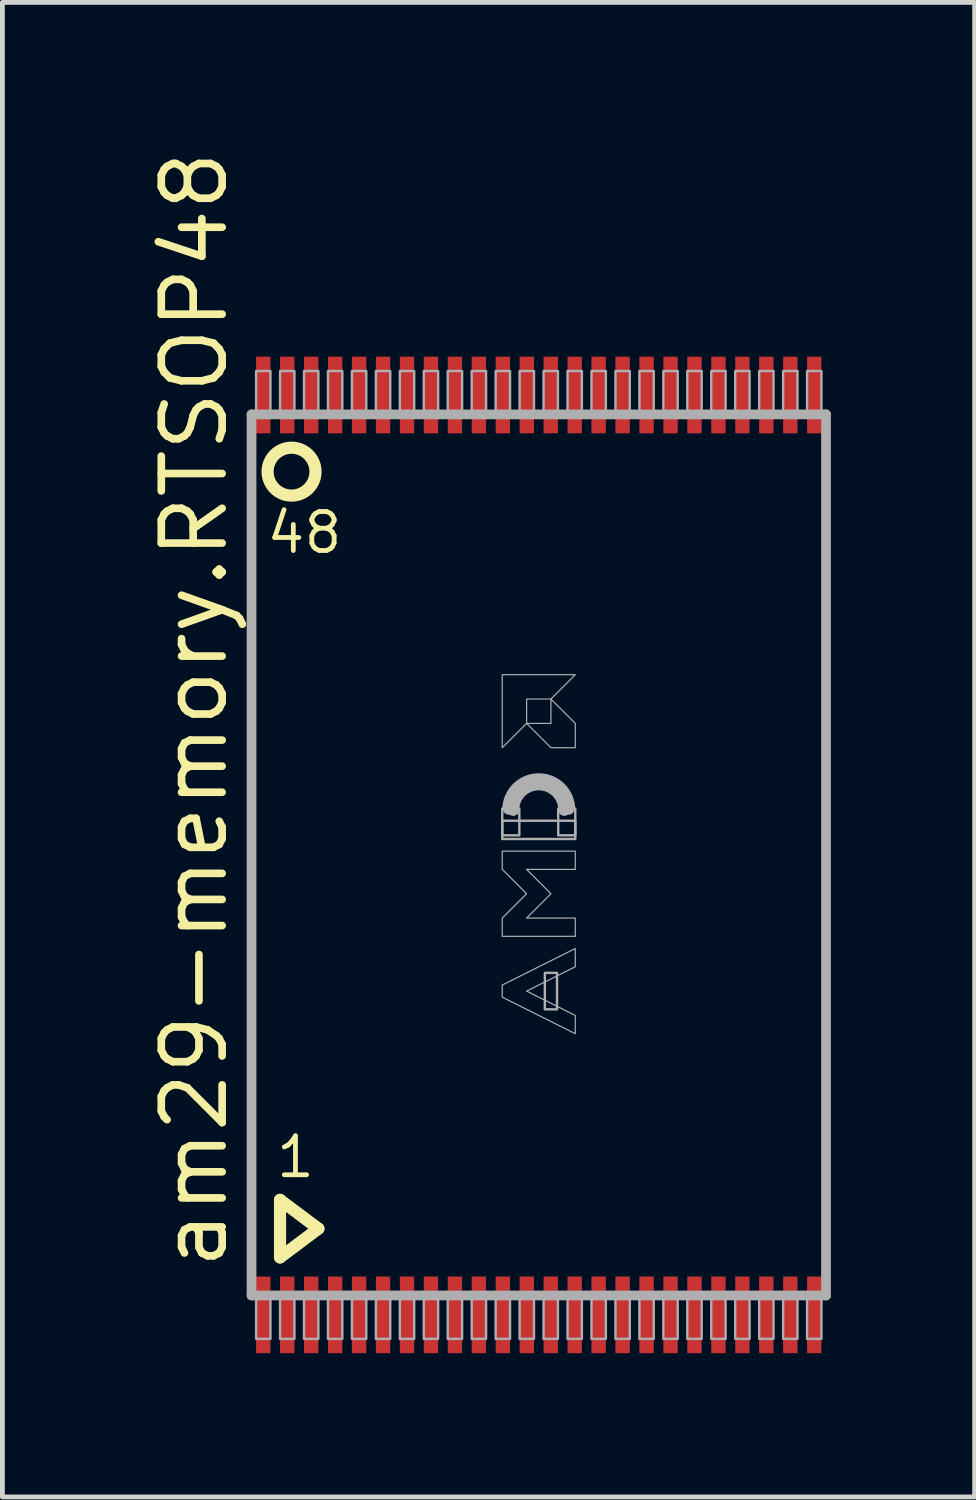
<source format=kicad_pcb>
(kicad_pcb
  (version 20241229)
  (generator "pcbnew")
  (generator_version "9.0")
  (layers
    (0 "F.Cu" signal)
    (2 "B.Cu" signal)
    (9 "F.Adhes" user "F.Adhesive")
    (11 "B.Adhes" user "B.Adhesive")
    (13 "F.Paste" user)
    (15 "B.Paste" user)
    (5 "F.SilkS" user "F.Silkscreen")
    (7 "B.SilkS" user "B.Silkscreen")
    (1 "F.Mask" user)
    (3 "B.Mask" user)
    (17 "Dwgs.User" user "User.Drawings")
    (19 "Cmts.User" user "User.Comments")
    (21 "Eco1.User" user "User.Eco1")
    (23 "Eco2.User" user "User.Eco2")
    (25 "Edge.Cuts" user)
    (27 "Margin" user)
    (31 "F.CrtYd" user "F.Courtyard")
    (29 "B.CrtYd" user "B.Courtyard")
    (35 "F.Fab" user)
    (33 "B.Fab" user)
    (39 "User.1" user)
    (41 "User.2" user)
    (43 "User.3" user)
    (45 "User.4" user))
  (footprint "am29-memory.RTSOP48"
    (layer "F.Cu")
    (at 8.195 14.794)
    (property "Reference" "am29-memory.RTSOP48" (at -6.445 8.715 90) (layer "F.SilkS") (effects (font (size 1.27 1.27) (thickness 0.16)) (justify left bottom)))
    (attr smd)
    (fp_line (start -5.4 7.2) (end -4.6 7.8) (stroke (width 0.254) (type default)) (layer "F.SilkS"))
    (fp_line (start -5.4 8.4) (end -5.4 7.2) (stroke (width 0.254) (type default)) (layer "F.SilkS"))
    (fp_line (start -4.6 7.8) (end -5.4 8.4) (stroke (width 0.254) (type default)) (layer "F.SilkS"))
    (fp_circle (center -5.16 -8) (end -4.66 -8) (stroke (width 0.254) (type default)) (fill no) (layer "F.SilkS"))
    (fp_line (start -5.995 -9.195) (end 5.995 -9.195) (stroke (width 0.203) (type default)) (layer "F.Fab"))
    (fp_line (start -5.995 9.195) (end -5.995 -9.195) (stroke (width 0.203) (type default)) (layer "F.Fab"))
    (fp_line (start 5.995 -9.195) (end 5.995 9.195) (stroke (width 0.203) (type default)) (layer "F.Fab"))
    (fp_line (start 5.995 9.195) (end -5.995 9.195) (stroke (width 0.203) (type default)) (layer "F.Fab"))
    (fp_rect (start -5.9 -9.25) (end -5.6 -10.1) (stroke (width 0.05) (type default)) (fill no) (layer "F.Fab"))
    (fp_rect (start -5.9 10.1) (end -5.6 9.25) (stroke (width 0.05) (type default)) (fill no) (layer "F.Fab"))
    (fp_rect (start -5.4 -9.25) (end -5.1 -10.1) (stroke (width 0.05) (type default)) (fill no) (layer "F.Fab"))
    (fp_rect (start -5.4 10.1) (end -5.1 9.25) (stroke (width 0.05) (type default)) (fill no) (layer "F.Fab"))
    (fp_rect (start -4.9 -9.25) (end -4.6 -10.1) (stroke (width 0.05) (type default)) (fill no) (layer "F.Fab"))
    (fp_rect (start -4.9 10.1) (end -4.6 9.25) (stroke (width 0.05) (type default)) (fill no) (layer "F.Fab"))
    (fp_rect (start -4.4 -9.25) (end -4.1 -10.1) (stroke (width 0.05) (type default)) (fill no) (layer "F.Fab"))
    (fp_rect (start -4.4 10.1) (end -4.1 9.25) (stroke (width 0.05) (type default)) (fill no) (layer "F.Fab"))
    (fp_rect (start -3.9 -9.25) (end -3.6 -10.1) (stroke (width 0.05) (type default)) (fill no) (layer "F.Fab"))
    (fp_rect (start -3.9 10.1) (end -3.6 9.25) (stroke (width 0.05) (type default)) (fill no) (layer "F.Fab"))
    (fp_rect (start -3.4 -9.25) (end -3.1 -10.1) (stroke (width 0.05) (type default)) (fill no) (layer "F.Fab"))
    (fp_rect (start -3.4 10.1) (end -3.1 9.25) (stroke (width 0.05) (type default)) (fill no) (layer "F.Fab"))
    (fp_rect (start -2.9 -9.25) (end -2.6 -10.1) (stroke (width 0.05) (type default)) (fill no) (layer "F.Fab"))
    (fp_rect (start -2.9 10.1) (end -2.6 9.25) (stroke (width 0.05) (type default)) (fill no) (layer "F.Fab"))
    (fp_rect (start -2.4 -9.25) (end -2.1 -10.1) (stroke (width 0.05) (type default)) (fill no) (layer "F.Fab"))
    (fp_rect (start -2.4 10.1) (end -2.1 9.25) (stroke (width 0.05) (type default)) (fill no) (layer "F.Fab"))
    (fp_rect (start -1.9 -9.25) (end -1.6 -10.1) (stroke (width 0.05) (type default)) (fill no) (layer "F.Fab"))
    (fp_rect (start -1.9 10.1) (end -1.6 9.25) (stroke (width 0.05) (type default)) (fill no) (layer "F.Fab"))
    (fp_rect (start -1.4 -9.25) (end -1.1 -10.1) (stroke (width 0.05) (type default)) (fill no) (layer "F.Fab"))
    (fp_rect (start -1.4 10.1) (end -1.1 9.25) (stroke (width 0.05) (type default)) (fill no) (layer "F.Fab"))
    (fp_rect (start -0.9 -9.25) (end -0.6 -10.1) (stroke (width 0.05) (type default)) (fill no) (layer "F.Fab"))
    (fp_rect (start -0.9 10.1) (end -0.6 9.25) (stroke (width 0.05) (type default)) (fill no) (layer "F.Fab"))
    (fp_rect (start -0.762 -0.409) (end -0.406 -0.968) (stroke (width 0.05) (type default)) (fill no) (layer "F.Fab"))
    (fp_rect (start -0.762 -0.333) (end 0.762 -0.714) (stroke (width 0.05) (type default)) (fill no) (layer "F.Fab"))
    (fp_rect (start -0.4 -9.25) (end -0.1 -10.1) (stroke (width 0.05) (type default)) (fill no) (layer "F.Fab"))
    (fp_rect (start -0.4 10.1) (end -0.1 9.25) (stroke (width 0.05) (type default)) (fill no) (layer "F.Fab"))
    (fp_rect (start 0.1 -9.25) (end 0.4 -10.1) (stroke (width 0.05) (type default)) (fill no) (layer "F.Fab"))
    (fp_rect (start 0.1 10.1) (end 0.4 9.25) (stroke (width 0.05) (type default)) (fill no) (layer "F.Fab"))
    (fp_rect (start 0.127 3.223) (end 0.381 2.461) (stroke (width 0.05) (type default)) (fill no) (layer "F.Fab"))
    (fp_rect (start 0.406 -0.409) (end 0.762 -0.968) (stroke (width 0.05) (type default)) (fill no) (layer "F.Fab"))
    (fp_rect (start 0.6 -9.25) (end 0.9 -10.1) (stroke (width 0.05) (type default)) (fill no) (layer "F.Fab"))
    (fp_rect (start 0.6 10.1) (end 0.9 9.25) (stroke (width 0.05) (type default)) (fill no) (layer "F.Fab"))
    (fp_rect (start 1.1 -9.25) (end 1.4 -10.1) (stroke (width 0.05) (type default)) (fill no) (layer "F.Fab"))
    (fp_rect (start 1.1 10.1) (end 1.4 9.25) (stroke (width 0.05) (type default)) (fill no) (layer "F.Fab"))
    (fp_rect (start 1.6 -9.25) (end 1.9 -10.1) (stroke (width 0.05) (type default)) (fill no) (layer "F.Fab"))
    (fp_rect (start 1.6 10.1) (end 1.9 9.25) (stroke (width 0.05) (type default)) (fill no) (layer "F.Fab"))
    (fp_rect (start 2.1 -9.25) (end 2.4 -10.1) (stroke (width 0.05) (type default)) (fill no) (layer "F.Fab"))
    (fp_rect (start 2.1 10.1) (end 2.4 9.25) (stroke (width 0.05) (type default)) (fill no) (layer "F.Fab"))
    (fp_rect (start 2.6 -9.25) (end 2.9 -10.1) (stroke (width 0.05) (type default)) (fill no) (layer "F.Fab"))
    (fp_rect (start 2.6 10.1) (end 2.9 9.25) (stroke (width 0.05) (type default)) (fill no) (layer "F.Fab"))
    (fp_rect (start 3.1 -9.25) (end 3.4 -10.1) (stroke (width 0.05) (type default)) (fill no) (layer "F.Fab"))
    (fp_rect (start 3.1 10.1) (end 3.4 9.25) (stroke (width 0.05) (type default)) (fill no) (layer "F.Fab"))
    (fp_rect (start 3.6 -9.25) (end 3.9 -10.1) (stroke (width 0.05) (type default)) (fill no) (layer "F.Fab"))
    (fp_rect (start 3.6 10.1) (end 3.9 9.25) (stroke (width 0.05) (type default)) (fill no) (layer "F.Fab"))
    (fp_rect (start 4.1 -9.25) (end 4.4 -10.1) (stroke (width 0.05) (type default)) (fill no) (layer "F.Fab"))
    (fp_rect (start 4.1 10.1) (end 4.4 9.25) (stroke (width 0.05) (type default)) (fill no) (layer "F.Fab"))
    (fp_rect (start 4.6 -9.25) (end 4.9 -10.1) (stroke (width 0.05) (type default)) (fill no) (layer "F.Fab"))
    (fp_rect (start 4.6 10.1) (end 4.9 9.25) (stroke (width 0.05) (type default)) (fill no) (layer "F.Fab"))
    (fp_rect (start 5.1 -9.25) (end 5.4 -10.1) (stroke (width 0.05) (type default)) (fill no) (layer "F.Fab"))
    (fp_rect (start 5.1 10.1) (end 5.4 9.25) (stroke (width 0.05) (type default)) (fill no) (layer "F.Fab"))
    (fp_rect (start 5.6 -9.25) (end 5.9 -10.1) (stroke (width 0.05) (type default)) (fill no) (layer "F.Fab"))
    (fp_rect (start 5.6 10.1) (end 5.9 9.25) (stroke (width 0.05) (type default)) (fill no) (layer "F.Fab"))
    (fp_arc (start -0.7366 -0.9426) (mid 0 -1.6792) (end 0.7366 -0.9426) (stroke (width 0.0508) (type default)) (layer "F.Fab"))
    (fp_arc (start -0.635 -0.9426) (mid 0 -1.5776) (end 0.635 -0.9426) (stroke (width 0.2032) (type default)) (layer "F.Fab"))
    (fp_arc (start -0.5334 -0.9426) (mid 0 -1.476) (end 0.5334 -0.9426) (stroke (width 0.254) (type default)) (layer "F.Fab"))
    (fp_poly (pts (xy -0.762 -2.238) (xy -0.762 -3.762) (xy 0.762 -3.762) (xy 0.254 -3.254) (xy -0.254 -3.254) (xy -0.254 -2.746)) (stroke (width 0.025) (type default)) (fill no) (layer "F.Fab"))
    (fp_poly (pts (xy -0.254 -2.746) (xy 0.254 -2.238) (xy 0.762 -2.238) (xy 0.762 -2.746) (xy 0.254 -3.254) (xy 0.254 -2.746)) (stroke (width 0.025) (type default)) (fill no) (layer "F.Fab"))
    (fp_poly (pts (xy 0.762 3.731) (xy -0.762 2.969) (xy -0.762 2.715) (xy 0.762 1.953) (xy 0.762 2.334) (xy -0.254 2.842) (xy 0.762 3.35)) (stroke (width 0.025) (type default)) (fill no) (layer "F.Fab"))
    (fp_poly (pts (xy 0.762 1.699) (xy -0.762 1.699) (xy -0.762 1.318) (xy -0.254 0.81) (xy -0.762 0.302) (xy -0.762 -0.079) (xy 0.762 -0.079) (xy 0.762 0.302) (xy -0.254 0.302) (xy 0.254 0.81) (xy -0.254 1.318) (xy 0.762 1.318)) (stroke (width 0.025) (type default)) (fill no) (layer "F.Fab"))
    (fp_text user "1" (at -5.531 6.78 0) (layer "F.SilkS") (effects (font (size 0.813 0.813) (thickness 0.1)) (justify left bottom)))
    (fp_text user "48" (at -5.731 -6.25 0) (layer "F.SilkS") (effects (font (size 0.813 0.813) (thickness 0.1)) (justify left bottom)))
    (pad "1" smd roundrect (at -5.75 9.6) (size 0.3 1.6) (layers "F.Cu" "F.Mask" "F.Paste") (roundrect_rratio 0.01))
    (pad "2" smd roundrect (at -5.25 9.6) (size 0.3 1.6) (layers "F.Cu" "F.Mask" "F.Paste") (roundrect_rratio 0.01))
    (pad "3" smd roundrect (at -4.75 9.6) (size 0.3 1.6) (layers "F.Cu" "F.Mask" "F.Paste") (roundrect_rratio 0.01))
    (pad "4" smd roundrect (at -4.25 9.6) (size 0.3 1.6) (layers "F.Cu" "F.Mask" "F.Paste") (roundrect_rratio 0.01))
    (pad "5" smd roundrect (at -3.75 9.6) (size 0.3 1.6) (layers "F.Cu" "F.Mask" "F.Paste") (roundrect_rratio 0.01))
    (pad "6" smd roundrect (at -3.25 9.6) (size 0.3 1.6) (layers "F.Cu" "F.Mask" "F.Paste") (roundrect_rratio 0.01))
    (pad "7" smd roundrect (at -2.75 9.6) (size 0.3 1.6) (layers "F.Cu" "F.Mask" "F.Paste") (roundrect_rratio 0.01))
    (pad "8" smd roundrect (at -2.25 9.6) (size 0.3 1.6) (layers "F.Cu" "F.Mask" "F.Paste") (roundrect_rratio 0.01))
    (pad "9" smd roundrect (at -1.75 9.6) (size 0.3 1.6) (layers "F.Cu" "F.Mask" "F.Paste") (roundrect_rratio 0.01))
    (pad "10" smd roundrect (at -1.25 9.6) (size 0.3 1.6) (layers "F.Cu" "F.Mask" "F.Paste") (roundrect_rratio 0.01))
    (pad "11" smd roundrect (at -0.75 9.6) (size 0.3 1.6) (layers "F.Cu" "F.Mask" "F.Paste") (roundrect_rratio 0.01))
    (pad "12" smd roundrect (at -0.25 9.6) (size 0.3 1.6) (layers "F.Cu" "F.Mask" "F.Paste") (roundrect_rratio 0.01))
    (pad "13" smd roundrect (at 0.25 9.6) (size 0.3 1.6) (layers "F.Cu" "F.Mask" "F.Paste") (roundrect_rratio 0.01))
    (pad "14" smd roundrect (at 0.75 9.6) (size 0.3 1.6) (layers "F.Cu" "F.Mask" "F.Paste") (roundrect_rratio 0.01))
    (pad "15" smd roundrect (at 1.25 9.6) (size 0.3 1.6) (layers "F.Cu" "F.Mask" "F.Paste") (roundrect_rratio 0.01))
    (pad "16" smd roundrect (at 1.75 9.6) (size 0.3 1.6) (layers "F.Cu" "F.Mask" "F.Paste") (roundrect_rratio 0.01))
    (pad "17" smd roundrect (at 2.25 9.6) (size 0.3 1.6) (layers "F.Cu" "F.Mask" "F.Paste") (roundrect_rratio 0.01))
    (pad "18" smd roundrect (at 2.75 9.6) (size 0.3 1.6) (layers "F.Cu" "F.Mask" "F.Paste") (roundrect_rratio 0.01))
    (pad "19" smd roundrect (at 3.25 9.6) (size 0.3 1.6) (layers "F.Cu" "F.Mask" "F.Paste") (roundrect_rratio 0.01))
    (pad "20" smd roundrect (at 3.75 9.6) (size 0.3 1.6) (layers "F.Cu" "F.Mask" "F.Paste") (roundrect_rratio 0.01))
    (pad "21" smd roundrect (at 4.25 9.6) (size 0.3 1.6) (layers "F.Cu" "F.Mask" "F.Paste") (roundrect_rratio 0.01))
    (pad "22" smd roundrect (at 4.75 9.6) (size 0.3 1.6) (layers "F.Cu" "F.Mask" "F.Paste") (roundrect_rratio 0.01))
    (pad "23" smd roundrect (at 5.25 9.6) (size 0.3 1.6) (layers "F.Cu" "F.Mask" "F.Paste") (roundrect_rratio 0.01))
    (pad "24" smd roundrect (at 5.75 9.6) (size 0.3 1.6) (layers "F.Cu" "F.Mask" "F.Paste") (roundrect_rratio 0.01))
    (pad "25" smd roundrect (at 5.75 -9.6) (size 0.3 1.6) (layers "F.Cu" "F.Mask" "F.Paste") (roundrect_rratio 0.01))
    (pad "26" smd roundrect (at 5.25 -9.6) (size 0.3 1.6) (layers "F.Cu" "F.Mask" "F.Paste") (roundrect_rratio 0.01))
    (pad "27" smd roundrect (at 4.75 -9.6) (size 0.3 1.6) (layers "F.Cu" "F.Mask" "F.Paste") (roundrect_rratio 0.01))
    (pad "28" smd roundrect (at 4.25 -9.6) (size 0.3 1.6) (layers "F.Cu" "F.Mask" "F.Paste") (roundrect_rratio 0.01))
    (pad "29" smd roundrect (at 3.75 -9.6) (size 0.3 1.6) (layers "F.Cu" "F.Mask" "F.Paste") (roundrect_rratio 0.01))
    (pad "30" smd roundrect (at 3.25 -9.6) (size 0.3 1.6) (layers "F.Cu" "F.Mask" "F.Paste") (roundrect_rratio 0.01))
    (pad "31" smd roundrect (at 2.75 -9.6) (size 0.3 1.6) (layers "F.Cu" "F.Mask" "F.Paste") (roundrect_rratio 0.01))
    (pad "32" smd roundrect (at 2.25 -9.6) (size 0.3 1.6) (layers "F.Cu" "F.Mask" "F.Paste") (roundrect_rratio 0.01))
    (pad "33" smd roundrect (at 1.75 -9.6) (size 0.3 1.6) (layers "F.Cu" "F.Mask" "F.Paste") (roundrect_rratio 0.01))
    (pad "34" smd roundrect (at 1.25 -9.6) (size 0.3 1.6) (layers "F.Cu" "F.Mask" "F.Paste") (roundrect_rratio 0.01))
    (pad "35" smd roundrect (at 0.75 -9.6) (size 0.3 1.6) (layers "F.Cu" "F.Mask" "F.Paste") (roundrect_rratio 0.01))
    (pad "36" smd roundrect (at 0.25 -9.6) (size 0.3 1.6) (layers "F.Cu" "F.Mask" "F.Paste") (roundrect_rratio 0.01))
    (pad "37" smd roundrect (at -0.25 -9.6) (size 0.3 1.6) (layers "F.Cu" "F.Mask" "F.Paste") (roundrect_rratio 0.01))
    (pad "38" smd roundrect (at -0.75 -9.6) (size 0.3 1.6) (layers "F.Cu" "F.Mask" "F.Paste") (roundrect_rratio 0.01))
    (pad "39" smd roundrect (at -1.25 -9.6) (size 0.3 1.6) (layers "F.Cu" "F.Mask" "F.Paste") (roundrect_rratio 0.01))
    (pad "40" smd roundrect (at -1.75 -9.6) (size 0.3 1.6) (layers "F.Cu" "F.Mask" "F.Paste") (roundrect_rratio 0.01))
    (pad "41" smd roundrect (at -2.25 -9.6) (size 0.3 1.6) (layers "F.Cu" "F.Mask" "F.Paste") (roundrect_rratio 0.01))
    (pad "42" smd roundrect (at -2.75 -9.6) (size 0.3 1.6) (layers "F.Cu" "F.Mask" "F.Paste") (roundrect_rratio 0.01))
    (pad "43" smd roundrect (at -3.25 -9.6) (size 0.3 1.6) (layers "F.Cu" "F.Mask" "F.Paste") (roundrect_rratio 0.01))
    (pad "44" smd roundrect (at -3.75 -9.6) (size 0.3 1.6) (layers "F.Cu" "F.Mask" "F.Paste") (roundrect_rratio 0.01))
    (pad "45" smd roundrect (at -4.25 -9.6) (size 0.3 1.6) (layers "F.Cu" "F.Mask" "F.Paste") (roundrect_rratio 0.01))
    (pad "46" smd roundrect (at -4.75 -9.6) (size 0.3 1.6) (layers "F.Cu" "F.Mask" "F.Paste") (roundrect_rratio 0.01))
    (pad "47" smd roundrect (at -5.25 -9.6) (size 0.3 1.6) (layers "F.Cu" "F.Mask" "F.Paste") (roundrect_rratio 0.01))
    (pad "48" smd roundrect (at -5.75 -9.6) (size 0.3 1.6) (layers "F.Cu" "F.Mask" "F.Paste") (roundrect_rratio 0.01)))
  (gr_rect
    (start -3 -3)
    (end 17.292 28.194)
    (stroke (width 0.1) (type default))
    (fill no)
    (layer "Edge.Cuts")))
</source>
